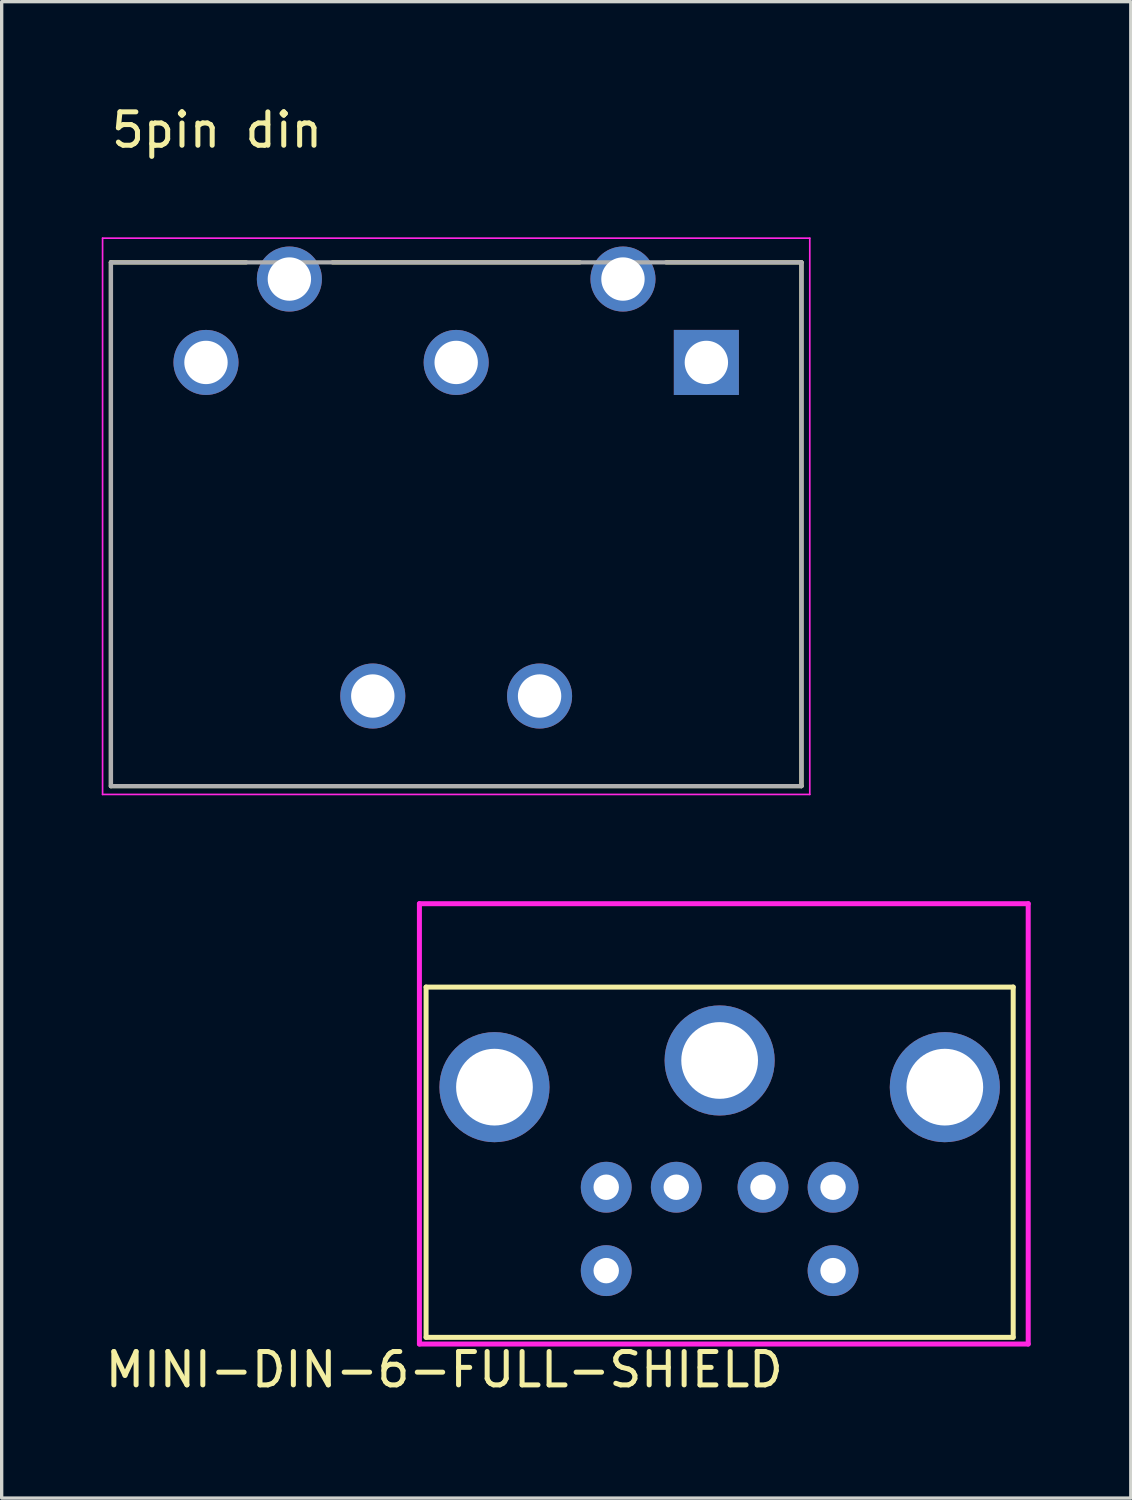
<source format=kicad_pcb>
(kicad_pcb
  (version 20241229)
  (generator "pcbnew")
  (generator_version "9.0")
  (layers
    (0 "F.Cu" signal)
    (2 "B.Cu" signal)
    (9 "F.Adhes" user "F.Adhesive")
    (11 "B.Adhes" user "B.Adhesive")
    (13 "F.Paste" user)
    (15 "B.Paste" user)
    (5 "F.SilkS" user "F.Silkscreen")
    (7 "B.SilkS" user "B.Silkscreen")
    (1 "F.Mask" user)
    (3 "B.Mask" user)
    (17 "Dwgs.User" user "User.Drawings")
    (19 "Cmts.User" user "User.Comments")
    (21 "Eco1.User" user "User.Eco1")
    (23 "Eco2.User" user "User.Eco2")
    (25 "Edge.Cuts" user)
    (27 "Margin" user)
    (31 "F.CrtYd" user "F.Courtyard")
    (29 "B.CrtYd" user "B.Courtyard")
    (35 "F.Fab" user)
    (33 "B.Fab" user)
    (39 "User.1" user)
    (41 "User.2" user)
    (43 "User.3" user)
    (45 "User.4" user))
  (footprint "5pin din"
    (layer "F.Cu")
    (at 10.625 12.815)
    (property "Reference" "5pin din" (at -7.171 -11.966 0) (layer "F.SilkS") (effects (font (size 1.001 1.001) (thickness 0.15))))
    (attr through_hole)
    (fp_line (start -10.35 -8) (end -6.295 -8) (stroke (width 0.127) (type solid)) (layer "F.SilkS"))
    (fp_line (start -10.35 7.7) (end -10.35 -8) (stroke (width 0.127) (type solid)) (layer "F.SilkS"))
    (fp_line (start -3.705 -8) (end 3.705 -8) (stroke (width 0.127) (type solid)) (layer "F.SilkS"))
    (fp_line (start 6.295 -8) (end 10.35 -8) (stroke (width 0.127) (type solid)) (layer "F.SilkS"))
    (fp_line (start 10.35 -8) (end 10.35 7.7) (stroke (width 0.127) (type solid)) (layer "F.SilkS"))
    (fp_line (start 10.35 7.7) (end -10.35 7.7) (stroke (width 0.127) (type solid)) (layer "F.SilkS"))
    (fp_line (start -10.6 -8.725) (end -10.6 7.95) (stroke (width 0.05) (type solid)) (layer "F.CrtYd"))
    (fp_line (start -10.6 7.95) (end 10.6 7.95) (stroke (width 0.05) (type solid)) (layer "F.CrtYd"))
    (fp_line (start 10.6 -8.725) (end -10.6 -8.725) (stroke (width 0.05) (type solid)) (layer "F.CrtYd"))
    (fp_line (start 10.6 7.95) (end 10.6 -8.725) (stroke (width 0.05) (type solid)) (layer "F.CrtYd"))
    (fp_line (start -10.35 -8) (end 10.35 -8) (stroke (width 0.127) (type solid)) (layer "F.Fab"))
    (fp_line (start -10.35 7.7) (end -10.35 -8) (stroke (width 0.127) (type solid)) (layer "F.Fab"))
    (fp_line (start 10.35 -8) (end 10.35 7.7) (stroke (width 0.127) (type solid)) (layer "F.Fab"))
    (fp_line (start 10.35 7.7) (end -10.35 7.7) (stroke (width 0.127) (type solid)) (layer "F.Fab"))
    (pad "1" thru_hole rect (at 7.5 -5) (size 1.95 1.95) (drill 1.3) (layers "*.Cu" "*.Mask"))
    (pad "2" thru_hole circle (at 0 -5) (size 1.95 1.95) (drill 1.3) (layers "*.Cu" "*.Mask"))
    (pad "3" thru_hole circle (at -7.5 -5) (size 1.95 1.95) (drill 1.3) (layers "*.Cu" "*.Mask"))
    (pad "4" thru_hole circle (at 5 -7.5) (size 1.95 1.95) (drill 1.3) (layers "*.Cu" "*.Mask"))
    (pad "5" thru_hole circle (at -5 -7.5) (size 1.95 1.95) (drill 1.3) (layers "*.Cu" "*.Mask"))
    (pad "S1" thru_hole circle (at 2.5 5) (size 1.95 1.95) (drill 1.3) (layers "*.Cu" "*.Mask"))
    (pad "S2" thru_hole circle (at -2.5 5) (size 1.95 1.95) (drill 1.3) (layers "*.Cu" "*.Mask")))
  (footprint "MINI-DIN-6-FULL-SHIELD"
    (layer "F.Cu")
    (at 18.523 24.04)
    (property "Reference" "MINI-DIN-6-FULL-SHIELD" (at -8.255 13.97 0) (layer "F.SilkS") (effects (font (size 1 1) (thickness 0.15))))
    (attr through_hole)
    (fp_line (start -8.8 2.5) (end 8.8 2.5) (stroke (width 0.15) (type solid)) (layer "F.SilkS"))
    (fp_line (start -8.8 13) (end -8.8 2.5) (stroke (width 0.15) (type solid)) (layer "F.SilkS"))
    (fp_line (start 8.8 2.5) (end 8.8 13) (stroke (width 0.15) (type solid)) (layer "F.SilkS"))
    (fp_line (start 8.8 13) (end -8.8 13) (stroke (width 0.15) (type solid)) (layer "F.SilkS"))
    (fp_line (start -9 0) (end 9.25 0) (stroke (width 0.15) (type solid)) (layer "F.CrtYd"))
    (fp_line (start -9 13.2) (end -9 0) (stroke (width 0.15) (type solid)) (layer "F.CrtYd"))
    (fp_line (start 9.25 0) (end 9.25 13.2) (stroke (width 0.15) (type solid)) (layer "F.CrtYd"))
    (fp_line (start 9.25 13.2) (end -9 13.2) (stroke (width 0.15) (type solid)) (layer "F.CrtYd"))
    (pad "1" thru_hole circle (at -1.3 8.5) (size 1.524 1.524) (drill 0.762) (layers "*.Cu" "*.Mask"))
    (pad "2" thru_hole circle (at 1.3 8.5) (size 1.524 1.524) (drill 0.762) (layers "*.Cu" "*.Mask"))
    (pad "3" thru_hole circle (at -3.4 8.5) (size 1.524 1.524) (drill 0.762) (layers "*.Cu" "*.Mask"))
    (pad "4" thru_hole circle (at 3.4 8.5) (size 1.524 1.524) (drill 0.762) (layers "*.Cu" "*.Mask"))
    (pad "5" thru_hole circle (at -3.4 11) (size 1.524 1.524) (drill 0.762) (layers "*.Cu" "*.Mask"))
    (pad "6" thru_hole circle (at 3.4 11) (size 1.524 1.524) (drill 0.762) (layers "*.Cu" "*.Mask"))
    (pad "7" thru_hole circle (at -6.75 5.5) (size 3.3 3.3) (drill 2.3) (layers "*.Cu" "*.Mask"))
    (pad "7" thru_hole circle (at 0 4.7) (size 3.3 3.3) (drill 2.3) (layers "*.Cu" "*.Mask"))
    (pad "7" thru_hole circle (at 6.75 5.5) (size 3.3 3.3) (drill 2.3) (layers "*.Cu" "*.Mask")))
  (gr_rect
    (start -3 -3)
    (end 30.848 41.858)
    (stroke (width 0.1) (type default))
    (fill no)
    (layer "Edge.Cuts")))
</source>
